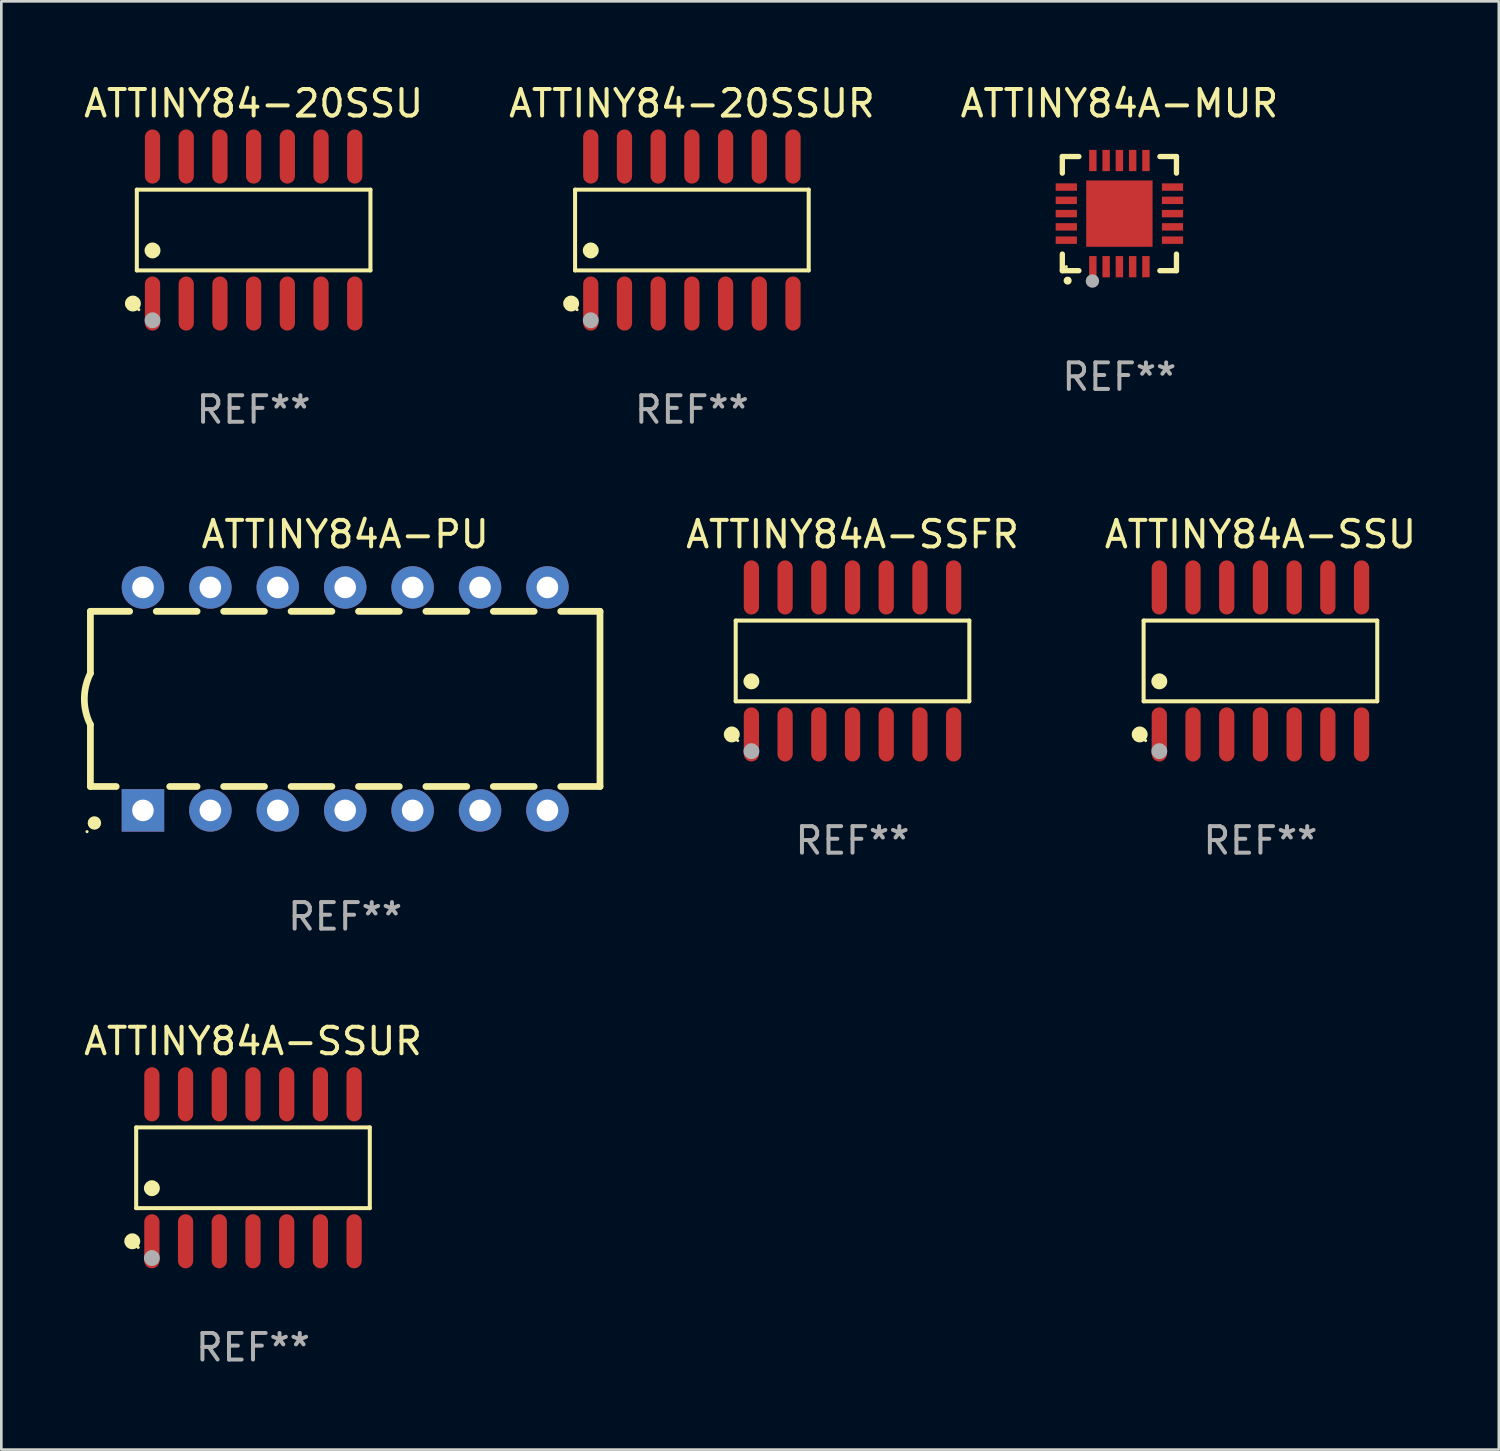
<source format=kicad_pcb>
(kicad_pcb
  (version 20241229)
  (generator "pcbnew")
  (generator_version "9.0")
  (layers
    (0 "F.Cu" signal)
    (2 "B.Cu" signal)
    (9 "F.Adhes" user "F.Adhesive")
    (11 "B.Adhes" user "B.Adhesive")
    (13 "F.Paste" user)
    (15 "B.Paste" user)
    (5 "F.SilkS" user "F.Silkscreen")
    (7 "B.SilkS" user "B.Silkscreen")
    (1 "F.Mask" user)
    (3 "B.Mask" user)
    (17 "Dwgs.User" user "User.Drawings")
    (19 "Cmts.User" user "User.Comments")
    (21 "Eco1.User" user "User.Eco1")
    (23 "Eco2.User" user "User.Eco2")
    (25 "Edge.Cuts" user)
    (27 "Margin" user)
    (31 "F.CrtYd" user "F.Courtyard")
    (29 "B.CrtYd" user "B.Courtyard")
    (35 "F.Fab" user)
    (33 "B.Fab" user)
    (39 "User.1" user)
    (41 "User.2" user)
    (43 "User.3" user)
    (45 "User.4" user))
  (footprint "ATTINY84A-PU"
    (layer "F.Cu")
    (at 9.956 23.283)
    (property "Reference" "ATTINY84A-PU" (at 0 -6.2 0) (layer "F.SilkS") (effects (font (size 1 1) (thickness 0.15))))
    (attr through_hole)
    (fp_line (start -9.6 -3.3) (end -9.6 -0.965) (stroke (width 0.254) (type solid)) (layer "F.SilkS"))
    (fp_line (start -9.6 -3.3) (end -8.121 -3.3) (stroke (width 0.254) (type solid)) (layer "F.SilkS"))
    (fp_line (start -9.6 3.3) (end -9.6 0.965) (stroke (width 0.254) (type solid)) (layer "F.SilkS"))
    (fp_line (start -9.6 3.3) (end -8.628 3.3) (stroke (width 0.254) (type solid)) (layer "F.SilkS"))
    (fp_line (start -7.119 -3.3) (end -5.581 -3.3) (stroke (width 0.254) (type solid)) (layer "F.SilkS"))
    (fp_line (start -6.612 3.3) (end -5.581 3.3) (stroke (width 0.254) (type solid)) (layer "F.SilkS"))
    (fp_line (start -4.579 -3.3) (end -3.041 -3.3) (stroke (width 0.254) (type solid)) (layer "F.SilkS"))
    (fp_line (start -4.579 3.3) (end -3.041 3.3) (stroke (width 0.254) (type solid)) (layer "F.SilkS"))
    (fp_line (start -2.039 -3.3) (end -0.501 -3.3) (stroke (width 0.254) (type solid)) (layer "F.SilkS"))
    (fp_line (start -2.039 3.3) (end -0.501 3.3) (stroke (width 0.254) (type solid)) (layer "F.SilkS"))
    (fp_line (start 0.501 -3.3) (end 2.039 -3.3) (stroke (width 0.254) (type solid)) (layer "F.SilkS"))
    (fp_line (start 0.501 3.3) (end 2.039 3.3) (stroke (width 0.254) (type solid)) (layer "F.SilkS"))
    (fp_line (start 3.041 -3.3) (end 4.579 -3.3) (stroke (width 0.254) (type solid)) (layer "F.SilkS"))
    (fp_line (start 3.041 3.3) (end 4.579 3.3) (stroke (width 0.254) (type solid)) (layer "F.SilkS"))
    (fp_line (start 5.581 -3.3) (end 7.119 -3.3) (stroke (width 0.254) (type solid)) (layer "F.SilkS"))
    (fp_line (start 5.581 3.3) (end 7.119 3.3) (stroke (width 0.254) (type solid)) (layer "F.SilkS"))
    (fp_line (start 8.121 -3.3) (end 9.6 -3.3) (stroke (width 0.254) (type solid)) (layer "F.SilkS"))
    (fp_line (start 8.121 3.3) (end 9.6 3.3) (stroke (width 0.254) (type solid)) (layer "F.SilkS"))
    (fp_line (start 9.6 -3.3) (end 9.6 3.3) (stroke (width 0.254) (type solid)) (layer "F.SilkS"))
    (fp_arc (start -9.601219 0.965202) (mid -9.828641 -0.00004) (end -9.600025 -0.964999) (stroke (width 0.254001) (type solid)) (layer "F.SilkS"))
    (fp_circle (center -9.727 5) (end -9.697 5) (stroke (width 0.06) (type solid)) (fill no) (layer "F.SilkS"))
    (fp_circle (center -9.449 4.674) (end -9.322 4.674) (stroke (width 0.254) (type solid)) (fill no) (layer "F.SilkS"))
    (fp_text user "REF**" (at 0 8.2 0) (layer "F.Fab") (effects (font (size 1 1) (thickness 0.15))))
    (pad "1" thru_hole rect (at -7.62 4.2) (size 1.6 1.6) (drill 0.813) (layers "*.Cu" "*.Mask"))
    (pad "2" thru_hole circle (at -5.08 4.2) (size 1.6 1.6) (drill 0.813) (layers "*.Cu" "*.Mask"))
    (pad "3" thru_hole circle (at -2.54 4.2) (size 1.6 1.6) (drill 0.813) (layers "*.Cu" "*.Mask"))
    (pad "4" thru_hole circle (at 0 4.2) (size 1.6 1.6) (drill 0.813) (layers "*.Cu" "*.Mask"))
    (pad "5" thru_hole circle (at 2.54 4.2) (size 1.6 1.6) (drill 0.813) (layers "*.Cu" "*.Mask"))
    (pad "6" thru_hole circle (at 5.08 4.2) (size 1.6 1.6) (drill 0.813) (layers "*.Cu" "*.Mask"))
    (pad "7" thru_hole circle (at 7.62 4.2) (size 1.6 1.6) (drill 0.813) (layers "*.Cu" "*.Mask"))
    (pad "8" thru_hole circle (at 7.62 -4.2) (size 1.6 1.6) (drill 0.813) (layers "*.Cu" "*.Mask"))
    (pad "9" thru_hole circle (at 5.08 -4.2) (size 1.6 1.6) (drill 0.813) (layers "*.Cu" "*.Mask"))
    (pad "10" thru_hole circle (at 2.54 -4.2) (size 1.6 1.6) (drill 0.813) (layers "*.Cu" "*.Mask"))
    (pad "11" thru_hole circle (at 0 -4.2) (size 1.6 1.6) (drill 0.813) (layers "*.Cu" "*.Mask"))
    (pad "12" thru_hole circle (at -2.54 -4.2) (size 1.6 1.6) (drill 0.813) (layers "*.Cu" "*.Mask"))
    (pad "13" thru_hole circle (at -5.08 -4.2) (size 1.6 1.6) (drill 0.813) (layers "*.Cu" "*.Mask"))
    (pad "14" thru_hole circle (at -7.62 -4.2) (size 1.6 1.6) (drill 0.813) (layers "*.Cu" "*.Mask")))
  (footprint "ATTINY84A-SSFR"
    (layer "F.Cu")
    (at 29.07 21.852)
    (property "Reference" "ATTINY84A-SSFR" (at 0 -4.769 0) (layer "F.SilkS") (effects (font (size 1 1) (thickness 0.15))))
    (attr through_hole)
    (fp_line (start -4.401 -1.521) (end 4.401 -1.521) (stroke (width 0.152) (type solid)) (layer "F.SilkS"))
    (fp_line (start -4.401 1.521) (end -4.401 -1.521) (stroke (width 0.152) (type solid)) (layer "F.SilkS"))
    (fp_line (start 4.401 -1.521) (end 4.401 1.521) (stroke (width 0.152) (type solid)) (layer "F.SilkS"))
    (fp_line (start 4.401 1.521) (end -4.401 1.521) (stroke (width 0.152) (type solid)) (layer "F.SilkS"))
    (fp_circle (center -4.549 2.769) (end -4.399 2.769) (stroke (width 0.3) (type solid)) (fill no) (layer "F.SilkS"))
    (fp_circle (center -4.325 3) (end -4.295 3) (stroke (width 0.06) (type solid)) (fill no) (layer "F.SilkS"))
    (fp_circle (center -3.81 0.769) (end -3.66 0.769) (stroke (width 0.3) (type solid)) (fill no) (layer "F.SilkS"))
    (fp_circle (center -3.81 3.4) (end -3.66 3.4) (stroke (width 0.3) (type solid)) (fill no) (layer "F.Fab"))
    (fp_text user "REF**" (at 0 6.769 0) (layer "F.Fab") (effects (font (size 1 1) (thickness 0.15))))
    (pad "1" smd oval (at -3.81 2.769) (size 0.574 2.038) (layers "F.Cu" "F.Mask" "F.Paste"))
    (pad "2" smd oval (at -2.54 2.769) (size 0.574 2.038) (layers "F.Cu" "F.Mask" "F.Paste"))
    (pad "3" smd oval (at -1.27 2.769) (size 0.574 2.038) (layers "F.Cu" "F.Mask" "F.Paste"))
    (pad "4" smd oval (at 0 2.769) (size 0.574 2.038) (layers "F.Cu" "F.Mask" "F.Paste"))
    (pad "5" smd oval (at 1.27 2.769) (size 0.574 2.038) (layers "F.Cu" "F.Mask" "F.Paste"))
    (pad "6" smd oval (at 2.54 2.769) (size 0.574 2.038) (layers "F.Cu" "F.Mask" "F.Paste"))
    (pad "7" smd oval (at 3.81 2.769) (size 0.574 2.038) (layers "F.Cu" "F.Mask" "F.Paste"))
    (pad "8" smd oval (at 3.81 -2.769) (size 0.574 2.038) (layers "F.Cu" "F.Mask" "F.Paste"))
    (pad "9" smd oval (at 2.54 -2.769) (size 0.574 2.038) (layers "F.Cu" "F.Mask" "F.Paste"))
    (pad "10" smd oval (at 1.27 -2.769) (size 0.574 2.038) (layers "F.Cu" "F.Mask" "F.Paste"))
    (pad "11" smd oval (at 0 -2.769) (size 0.574 2.038) (layers "F.Cu" "F.Mask" "F.Paste"))
    (pad "12" smd oval (at -1.27 -2.769) (size 0.574 2.038) (layers "F.Cu" "F.Mask" "F.Paste"))
    (pad "13" smd oval (at -2.54 -2.769) (size 0.574 2.038) (layers "F.Cu" "F.Mask" "F.Paste"))
    (pad "14" smd oval (at -3.81 -2.769) (size 0.574 2.038) (layers "F.Cu" "F.Mask" "F.Paste")))
  (footprint "ATTINY84A-SSUR"
    (layer "F.Cu")
    (at 6.482 40.948)
    (property "Reference" "ATTINY84A-SSUR" (at 0 -4.769 0) (layer "F.SilkS") (effects (font (size 1 1) (thickness 0.15))))
    (attr through_hole)
    (fp_line (start -4.401 -1.521) (end 4.401 -1.521) (stroke (width 0.152) (type solid)) (layer "F.SilkS"))
    (fp_line (start -4.401 1.521) (end -4.401 -1.521) (stroke (width 0.152) (type solid)) (layer "F.SilkS"))
    (fp_line (start 4.401 -1.521) (end 4.401 1.521) (stroke (width 0.152) (type solid)) (layer "F.SilkS"))
    (fp_line (start 4.401 1.521) (end -4.401 1.521) (stroke (width 0.152) (type solid)) (layer "F.SilkS"))
    (fp_circle (center -4.549 2.769) (end -4.399 2.769) (stroke (width 0.3) (type solid)) (fill no) (layer "F.SilkS"))
    (fp_circle (center -4.325 3) (end -4.295 3) (stroke (width 0.06) (type solid)) (fill no) (layer "F.SilkS"))
    (fp_circle (center -3.81 0.769) (end -3.66 0.769) (stroke (width 0.3) (type solid)) (fill no) (layer "F.SilkS"))
    (fp_circle (center -3.81 3.4) (end -3.66 3.4) (stroke (width 0.3) (type solid)) (fill no) (layer "F.Fab"))
    (fp_text user "REF**" (at 0 6.769 0) (layer "F.Fab") (effects (font (size 1 1) (thickness 0.15))))
    (pad "1" smd oval (at -3.81 2.769) (size 0.574 2.038) (layers "F.Cu" "F.Mask" "F.Paste"))
    (pad "2" smd oval (at -2.54 2.769) (size 0.574 2.038) (layers "F.Cu" "F.Mask" "F.Paste"))
    (pad "3" smd oval (at -1.27 2.769) (size 0.574 2.038) (layers "F.Cu" "F.Mask" "F.Paste"))
    (pad "4" smd oval (at 0 2.769) (size 0.574 2.038) (layers "F.Cu" "F.Mask" "F.Paste"))
    (pad "5" smd oval (at 1.27 2.769) (size 0.574 2.038) (layers "F.Cu" "F.Mask" "F.Paste"))
    (pad "6" smd oval (at 2.54 2.769) (size 0.574 2.038) (layers "F.Cu" "F.Mask" "F.Paste"))
    (pad "7" smd oval (at 3.81 2.769) (size 0.574 2.038) (layers "F.Cu" "F.Mask" "F.Paste"))
    (pad "8" smd oval (at 3.81 -2.769) (size 0.574 2.038) (layers "F.Cu" "F.Mask" "F.Paste"))
    (pad "9" smd oval (at 2.54 -2.769) (size 0.574 2.038) (layers "F.Cu" "F.Mask" "F.Paste"))
    (pad "10" smd oval (at 1.27 -2.769) (size 0.574 2.038) (layers "F.Cu" "F.Mask" "F.Paste"))
    (pad "11" smd oval (at 0 -2.769) (size 0.574 2.038) (layers "F.Cu" "F.Mask" "F.Paste"))
    (pad "12" smd oval (at -1.27 -2.769) (size 0.574 2.038) (layers "F.Cu" "F.Mask" "F.Paste"))
    (pad "13" smd oval (at -2.54 -2.769) (size 0.574 2.038) (layers "F.Cu" "F.Mask" "F.Paste"))
    (pad "14" smd oval (at -3.81 -2.769) (size 0.574 2.038) (layers "F.Cu" "F.Mask" "F.Paste")))
  (footprint "ATTINY84A-MUR"
    (layer "F.Cu")
    (at 39.125 4.998)
    (property "Reference" "ATTINY84A-MUR" (at 0 -4.15 0) (layer "F.SilkS") (effects (font (size 1 1) (thickness 0.15))))
    (attr through_hole)
    (fp_line (start -2.15 -2.15) (end -2.15 -1.525) (stroke (width 0.2) (type solid)) (layer "F.SilkS"))
    (fp_line (start -2.15 2.15) (end -2.15 1.525) (stroke (width 0.2) (type solid)) (layer "F.SilkS"))
    (fp_line (start -1.525 -2.15) (end -2.15 -2.15) (stroke (width 0.2) (type solid)) (layer "F.SilkS"))
    (fp_line (start -1.525 2.15) (end -2.15 2.15) (stroke (width 0.2) (type solid)) (layer "F.SilkS"))
    (fp_line (start 1.525 2.15) (end 2.15 2.15) (stroke (width 0.2) (type solid)) (layer "F.SilkS"))
    (fp_line (start 2.15 -2.15) (end 1.525 -2.15) (stroke (width 0.2) (type solid)) (layer "F.SilkS"))
    (fp_line (start 2.15 -1.525) (end 2.15 -2.15) (stroke (width 0.2) (type solid)) (layer "F.SilkS"))
    (fp_line (start 2.15 2.15) (end 2.15 1.525) (stroke (width 0.2) (type solid)) (layer "F.SilkS"))
    (fp_arc (start -1.950724 2.524765) (mid -1.949454 2.52476) (end -1.948184 2.524765) (stroke (width 0.3) (type solid)) (layer "F.SilkS"))
    (fp_circle (center -2 2) (end -1.97 2) (stroke (width 0.06) (type solid)) (fill no) (layer "F.SilkS"))
    (fp_circle (center -1.016 2.54) (end -0.889 2.54) (stroke (width 0.254) (type solid)) (fill no) (layer "F.Fab"))
    (fp_text user "REF**" (at 0 6.15 0) (layer "F.Fab") (effects (font (size 1 1) (thickness 0.15))))
    (pad "1" smd rect (at -1 2) (size 0.28 0.8) (layers "F.Cu" "F.Mask" "F.Paste"))
    (pad "2" smd rect (at -0.5 2) (size 0.28 0.8) (layers "F.Cu" "F.Mask" "F.Paste"))
    (pad "3" smd rect (at 0 2) (size 0.28 0.8) (layers "F.Cu" "F.Mask" "F.Paste"))
    (pad "4" smd rect (at 0.5 2) (size 0.28 0.8) (layers "F.Cu" "F.Mask" "F.Paste"))
    (pad "5" smd rect (at 1 2) (size 0.28 0.8) (layers "F.Cu" "F.Mask" "F.Paste"))
    (pad "6" smd rect (at 2 1) (size 0.8 0.28) (layers "F.Cu" "F.Mask" "F.Paste"))
    (pad "7" smd rect (at 2 0.5) (size 0.8 0.28) (layers "F.Cu" "F.Mask" "F.Paste"))
    (pad "8" smd rect (at 2 0) (size 0.8 0.28) (layers "F.Cu" "F.Mask" "F.Paste"))
    (pad "9" smd rect (at 2 -0.5) (size 0.8 0.28) (layers "F.Cu" "F.Mask" "F.Paste"))
    (pad "10" smd rect (at 2 -1) (size 0.8 0.28) (layers "F.Cu" "F.Mask" "F.Paste"))
    (pad "11" smd rect (at 1 -2) (size 0.28 0.8) (layers "F.Cu" "F.Mask" "F.Paste"))
    (pad "12" smd rect (at 0.5 -2) (size 0.28 0.8) (layers "F.Cu" "F.Mask" "F.Paste"))
    (pad "13" smd rect (at 0 -2) (size 0.28 0.8) (layers "F.Cu" "F.Mask" "F.Paste"))
    (pad "14" smd rect (at -0.5 -2) (size 0.28 0.8) (layers "F.Cu" "F.Mask" "F.Paste"))
    (pad "15" smd rect (at -1 -2) (size 0.28 0.8) (layers "F.Cu" "F.Mask" "F.Paste"))
    (pad "16" smd rect (at -2 -1) (size 0.8 0.28) (layers "F.Cu" "F.Mask" "F.Paste"))
    (pad "17" smd rect (at -2 -0.5) (size 0.8 0.28) (layers "F.Cu" "F.Mask" "F.Paste"))
    (pad "18" smd rect (at -2 0) (size 0.8 0.28) (layers "F.Cu" "F.Mask" "F.Paste"))
    (pad "19" smd rect (at -2 0.5) (size 0.8 0.28) (layers "F.Cu" "F.Mask" "F.Paste"))
    (pad "20" smd rect (at -2 1) (size 0.8 0.28) (layers "F.Cu" "F.Mask" "F.Paste"))
    (pad "21" smd rect (at 0 0) (size 2.5 2.5) (layers "F.Cu" "F.Mask" "F.Paste")))
  (footprint "ATTINY84-20SSUR"
    (layer "F.Cu")
    (at 23.018 5.617)
    (property "Reference" "ATTINY84-20SSUR" (at 0 -4.769 0) (layer "F.SilkS") (effects (font (size 1 1) (thickness 0.15))))
    (attr through_hole)
    (fp_line (start -4.401 -1.521) (end 4.401 -1.521) (stroke (width 0.152) (type solid)) (layer "F.SilkS"))
    (fp_line (start -4.401 1.521) (end -4.401 -1.521) (stroke (width 0.152) (type solid)) (layer "F.SilkS"))
    (fp_line (start 4.401 -1.521) (end 4.401 1.521) (stroke (width 0.152) (type solid)) (layer "F.SilkS"))
    (fp_line (start 4.401 1.521) (end -4.401 1.521) (stroke (width 0.152) (type solid)) (layer "F.SilkS"))
    (fp_circle (center -4.549 2.769) (end -4.399 2.769) (stroke (width 0.3) (type solid)) (fill no) (layer "F.SilkS"))
    (fp_circle (center -4.325 3) (end -4.295 3) (stroke (width 0.06) (type solid)) (fill no) (layer "F.SilkS"))
    (fp_circle (center -3.81 0.769) (end -3.66 0.769) (stroke (width 0.3) (type solid)) (fill no) (layer "F.SilkS"))
    (fp_circle (center -3.81 3.4) (end -3.66 3.4) (stroke (width 0.3) (type solid)) (fill no) (layer "F.Fab"))
    (fp_text user "REF**" (at 0 6.769 0) (layer "F.Fab") (effects (font (size 1 1) (thickness 0.15))))
    (pad "1" smd oval (at -3.81 2.769) (size 0.574 2.038) (layers "F.Cu" "F.Mask" "F.Paste"))
    (pad "2" smd oval (at -2.54 2.769) (size 0.574 2.038) (layers "F.Cu" "F.Mask" "F.Paste"))
    (pad "3" smd oval (at -1.27 2.769) (size 0.574 2.038) (layers "F.Cu" "F.Mask" "F.Paste"))
    (pad "4" smd oval (at 0 2.769) (size 0.574 2.038) (layers "F.Cu" "F.Mask" "F.Paste"))
    (pad "5" smd oval (at 1.27 2.769) (size 0.574 2.038) (layers "F.Cu" "F.Mask" "F.Paste"))
    (pad "6" smd oval (at 2.54 2.769) (size 0.574 2.038) (layers "F.Cu" "F.Mask" "F.Paste"))
    (pad "7" smd oval (at 3.81 2.769) (size 0.574 2.038) (layers "F.Cu" "F.Mask" "F.Paste"))
    (pad "8" smd oval (at 3.81 -2.769) (size 0.574 2.038) (layers "F.Cu" "F.Mask" "F.Paste"))
    (pad "9" smd oval (at 2.54 -2.769) (size 0.574 2.038) (layers "F.Cu" "F.Mask" "F.Paste"))
    (pad "10" smd oval (at 1.27 -2.769) (size 0.574 2.038) (layers "F.Cu" "F.Mask" "F.Paste"))
    (pad "11" smd oval (at 0 -2.769) (size 0.574 2.038) (layers "F.Cu" "F.Mask" "F.Paste"))
    (pad "12" smd oval (at -1.27 -2.769) (size 0.574 2.038) (layers "F.Cu" "F.Mask" "F.Paste"))
    (pad "13" smd oval (at -2.54 -2.769) (size 0.574 2.038) (layers "F.Cu" "F.Mask" "F.Paste"))
    (pad "14" smd oval (at -3.81 -2.769) (size 0.574 2.038) (layers "F.Cu" "F.Mask" "F.Paste")))
  (footprint "ATTINY84A-SSU"
    (layer "F.Cu")
    (at 44.439 21.852)
    (property "Reference" "ATTINY84A-SSU" (at 0 -4.769 0) (layer "F.SilkS") (effects (font (size 1 1) (thickness 0.15))))
    (attr through_hole)
    (fp_line (start -4.401 -1.521) (end 4.401 -1.521) (stroke (width 0.152) (type solid)) (layer "F.SilkS"))
    (fp_line (start -4.401 1.521) (end -4.401 -1.521) (stroke (width 0.152) (type solid)) (layer "F.SilkS"))
    (fp_line (start 4.401 -1.521) (end 4.401 1.521) (stroke (width 0.152) (type solid)) (layer "F.SilkS"))
    (fp_line (start 4.401 1.521) (end -4.401 1.521) (stroke (width 0.152) (type solid)) (layer "F.SilkS"))
    (fp_circle (center -4.549 2.769) (end -4.399 2.769) (stroke (width 0.3) (type solid)) (fill no) (layer "F.SilkS"))
    (fp_circle (center -4.325 3) (end -4.295 3) (stroke (width 0.06) (type solid)) (fill no) (layer "F.SilkS"))
    (fp_circle (center -3.81 0.769) (end -3.66 0.769) (stroke (width 0.3) (type solid)) (fill no) (layer "F.SilkS"))
    (fp_circle (center -3.81 3.4) (end -3.66 3.4) (stroke (width 0.3) (type solid)) (fill no) (layer "F.Fab"))
    (fp_text user "REF**" (at 0 6.769 0) (layer "F.Fab") (effects (font (size 1 1) (thickness 0.15))))
    (pad "1" smd oval (at -3.81 2.769) (size 0.574 2.038) (layers "F.Cu" "F.Mask" "F.Paste"))
    (pad "2" smd oval (at -2.54 2.769) (size 0.574 2.038) (layers "F.Cu" "F.Mask" "F.Paste"))
    (pad "3" smd oval (at -1.27 2.769) (size 0.574 2.038) (layers "F.Cu" "F.Mask" "F.Paste"))
    (pad "4" smd oval (at 0 2.769) (size 0.574 2.038) (layers "F.Cu" "F.Mask" "F.Paste"))
    (pad "5" smd oval (at 1.27 2.769) (size 0.574 2.038) (layers "F.Cu" "F.Mask" "F.Paste"))
    (pad "6" smd oval (at 2.54 2.769) (size 0.574 2.038) (layers "F.Cu" "F.Mask" "F.Paste"))
    (pad "7" smd oval (at 3.81 2.769) (size 0.574 2.038) (layers "F.Cu" "F.Mask" "F.Paste"))
    (pad "8" smd oval (at 3.81 -2.769) (size 0.574 2.038) (layers "F.Cu" "F.Mask" "F.Paste"))
    (pad "9" smd oval (at 2.54 -2.769) (size 0.574 2.038) (layers "F.Cu" "F.Mask" "F.Paste"))
    (pad "10" smd oval (at 1.27 -2.769) (size 0.574 2.038) (layers "F.Cu" "F.Mask" "F.Paste"))
    (pad "11" smd oval (at 0 -2.769) (size 0.574 2.038) (layers "F.Cu" "F.Mask" "F.Paste"))
    (pad "12" smd oval (at -1.27 -2.769) (size 0.574 2.038) (layers "F.Cu" "F.Mask" "F.Paste"))
    (pad "13" smd oval (at -2.54 -2.769) (size 0.574 2.038) (layers "F.Cu" "F.Mask" "F.Paste"))
    (pad "14" smd oval (at -3.81 -2.769) (size 0.574 2.038) (layers "F.Cu" "F.Mask" "F.Paste")))
  (footprint "ATTINY84-20SSU"
    (layer "F.Cu")
    (at 6.506 5.617)
    (property "Reference" "ATTINY84-20SSU" (at 0 -4.769 0) (layer "F.SilkS") (effects (font (size 1 1) (thickness 0.15))))
    (attr through_hole)
    (fp_line (start -4.401 -1.521) (end 4.401 -1.521) (stroke (width 0.152) (type solid)) (layer "F.SilkS"))
    (fp_line (start -4.401 1.521) (end -4.401 -1.521) (stroke (width 0.152) (type solid)) (layer "F.SilkS"))
    (fp_line (start 4.401 -1.521) (end 4.401 1.521) (stroke (width 0.152) (type solid)) (layer "F.SilkS"))
    (fp_line (start 4.401 1.521) (end -4.401 1.521) (stroke (width 0.152) (type solid)) (layer "F.SilkS"))
    (fp_circle (center -4.549 2.769) (end -4.399 2.769) (stroke (width 0.3) (type solid)) (fill no) (layer "F.SilkS"))
    (fp_circle (center -4.325 3) (end -4.295 3) (stroke (width 0.06) (type solid)) (fill no) (layer "F.SilkS"))
    (fp_circle (center -3.81 0.769) (end -3.66 0.769) (stroke (width 0.3) (type solid)) (fill no) (layer "F.SilkS"))
    (fp_circle (center -3.81 3.4) (end -3.66 3.4) (stroke (width 0.3) (type solid)) (fill no) (layer "F.Fab"))
    (fp_text user "REF**" (at 0 6.769 0) (layer "F.Fab") (effects (font (size 1 1) (thickness 0.15))))
    (pad "1" smd oval (at -3.81 2.769) (size 0.574 2.038) (layers "F.Cu" "F.Mask" "F.Paste"))
    (pad "2" smd oval (at -2.54 2.769) (size 0.574 2.038) (layers "F.Cu" "F.Mask" "F.Paste"))
    (pad "3" smd oval (at -1.27 2.769) (size 0.574 2.038) (layers "F.Cu" "F.Mask" "F.Paste"))
    (pad "4" smd oval (at 0 2.769) (size 0.574 2.038) (layers "F.Cu" "F.Mask" "F.Paste"))
    (pad "5" smd oval (at 1.27 2.769) (size 0.574 2.038) (layers "F.Cu" "F.Mask" "F.Paste"))
    (pad "6" smd oval (at 2.54 2.769) (size 0.574 2.038) (layers "F.Cu" "F.Mask" "F.Paste"))
    (pad "7" smd oval (at 3.81 2.769) (size 0.574 2.038) (layers "F.Cu" "F.Mask" "F.Paste"))
    (pad "8" smd oval (at 3.81 -2.769) (size 0.574 2.038) (layers "F.Cu" "F.Mask" "F.Paste"))
    (pad "9" smd oval (at 2.54 -2.769) (size 0.574 2.038) (layers "F.Cu" "F.Mask" "F.Paste"))
    (pad "10" smd oval (at 1.27 -2.769) (size 0.574 2.038) (layers "F.Cu" "F.Mask" "F.Paste"))
    (pad "11" smd oval (at 0 -2.769) (size 0.574 2.038) (layers "F.Cu" "F.Mask" "F.Paste"))
    (pad "12" smd oval (at -1.27 -2.769) (size 0.574 2.038) (layers "F.Cu" "F.Mask" "F.Paste"))
    (pad "13" smd oval (at -2.54 -2.769) (size 0.574 2.038) (layers "F.Cu" "F.Mask" "F.Paste"))
    (pad "14" smd oval (at -3.81 -2.769) (size 0.574 2.038) (layers "F.Cu" "F.Mask" "F.Paste")))
  (gr_rect
    (start -3 -3)
    (end 53.421 51.566)
    (stroke (width 0.1) (type default))
    (fill no)
    (layer "Edge.Cuts")))
</source>
